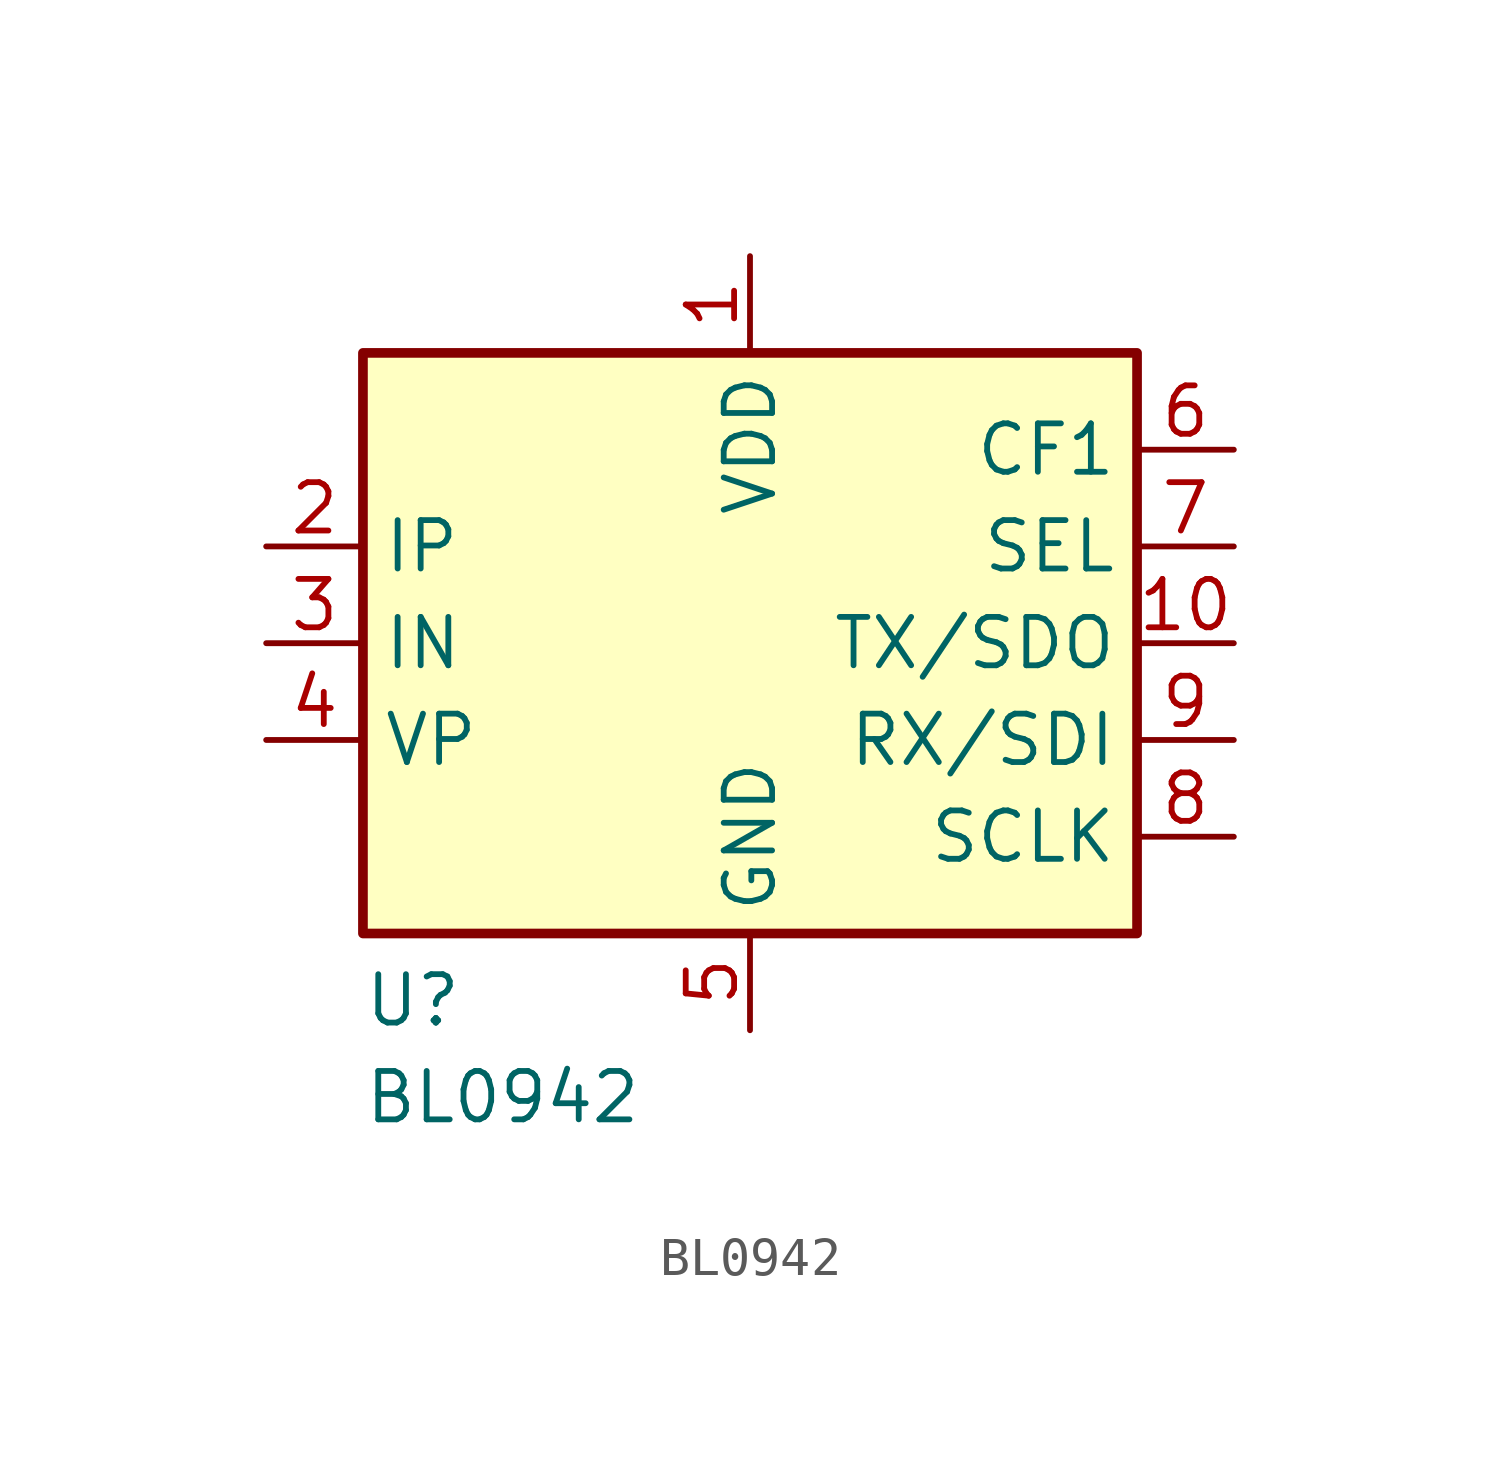
<source format=kicad_sym>
(kicad_symbol_lib
  (version 20241209)
  (generator "kicad_symbol_editor")
  (generator_version "9.0")
  (symbol "BL0942"
    (property "Reference" "U"
      (at 0 -1.016 0)
      (effects (font (size 1.27 1.27)) (justify left top)))
    (property "Value" "BL0942"
      (at 0 -3.556 0)
      (effects (font (size 1.27 1.27)) (justify left top)))
    (symbol "BL0942_1_1"
      (rectangle (start 0 15.24) (end 20.32 0) (stroke (width 0.254) (type default)) (fill (type background)))
      (pin input line (at -2.54 10.16 0) (length 2.54) (name "IP" (effects (font (size 1.27 1.27)))) (number "2" (effects (font (size 1.27 1.27)))))
      (pin input line (at -2.54 7.62 0) (length 2.54) (name "IN" (effects (font (size 1.27 1.27)))) (number "3" (effects (font (size 1.27 1.27)))))
      (pin input line (at -2.54 5.08 0) (length 2.54) (name "VP" (effects (font (size 1.27 1.27)))) (number "4" (effects (font (size 1.27 1.27)))))
      (pin power_in line (at 10.16 17.78 270) (length 2.54) (name "VDD" (effects (font (size 1.27 1.27)))) (number "1" (effects (font (size 1.27 1.27)))))
      (pin power_in line (at 10.16 -2.54 90) (length 2.54) (name "GND" (effects (font (size 1.27 1.27)))) (number "5" (effects (font (size 1.27 1.27)))))
      (pin output line (at 22.86 12.7 180) (length 2.54) (name "CF1" (effects (font (size 1.27 1.27)))) (number "6" (effects (font (size 1.27 1.27)))))
      (pin input line (at 22.86 10.16 180) (length 2.54) (name "SEL" (effects (font (size 1.27 1.27)))) (number "7" (effects (font (size 1.27 1.27)))))
      (pin output line (at 22.86 7.62 180) (length 2.54) (name "TX/SDO" (effects (font (size 1.27 1.27)))) (number "10" (effects (font (size 1.27 1.27)))))
      (pin input line (at 22.86 5.08 180) (length 2.54) (name "RX/SDI" (effects (font (size 1.27 1.27)))) (number "9" (effects (font (size 1.27 1.27)))))
      (pin input line (at 22.86 2.54 180) (length 2.54) (name "SCLK" (effects (font (size 1.27 1.27)))) (number "8" (effects (font (size 1.27 1.27))))))))
</source>
